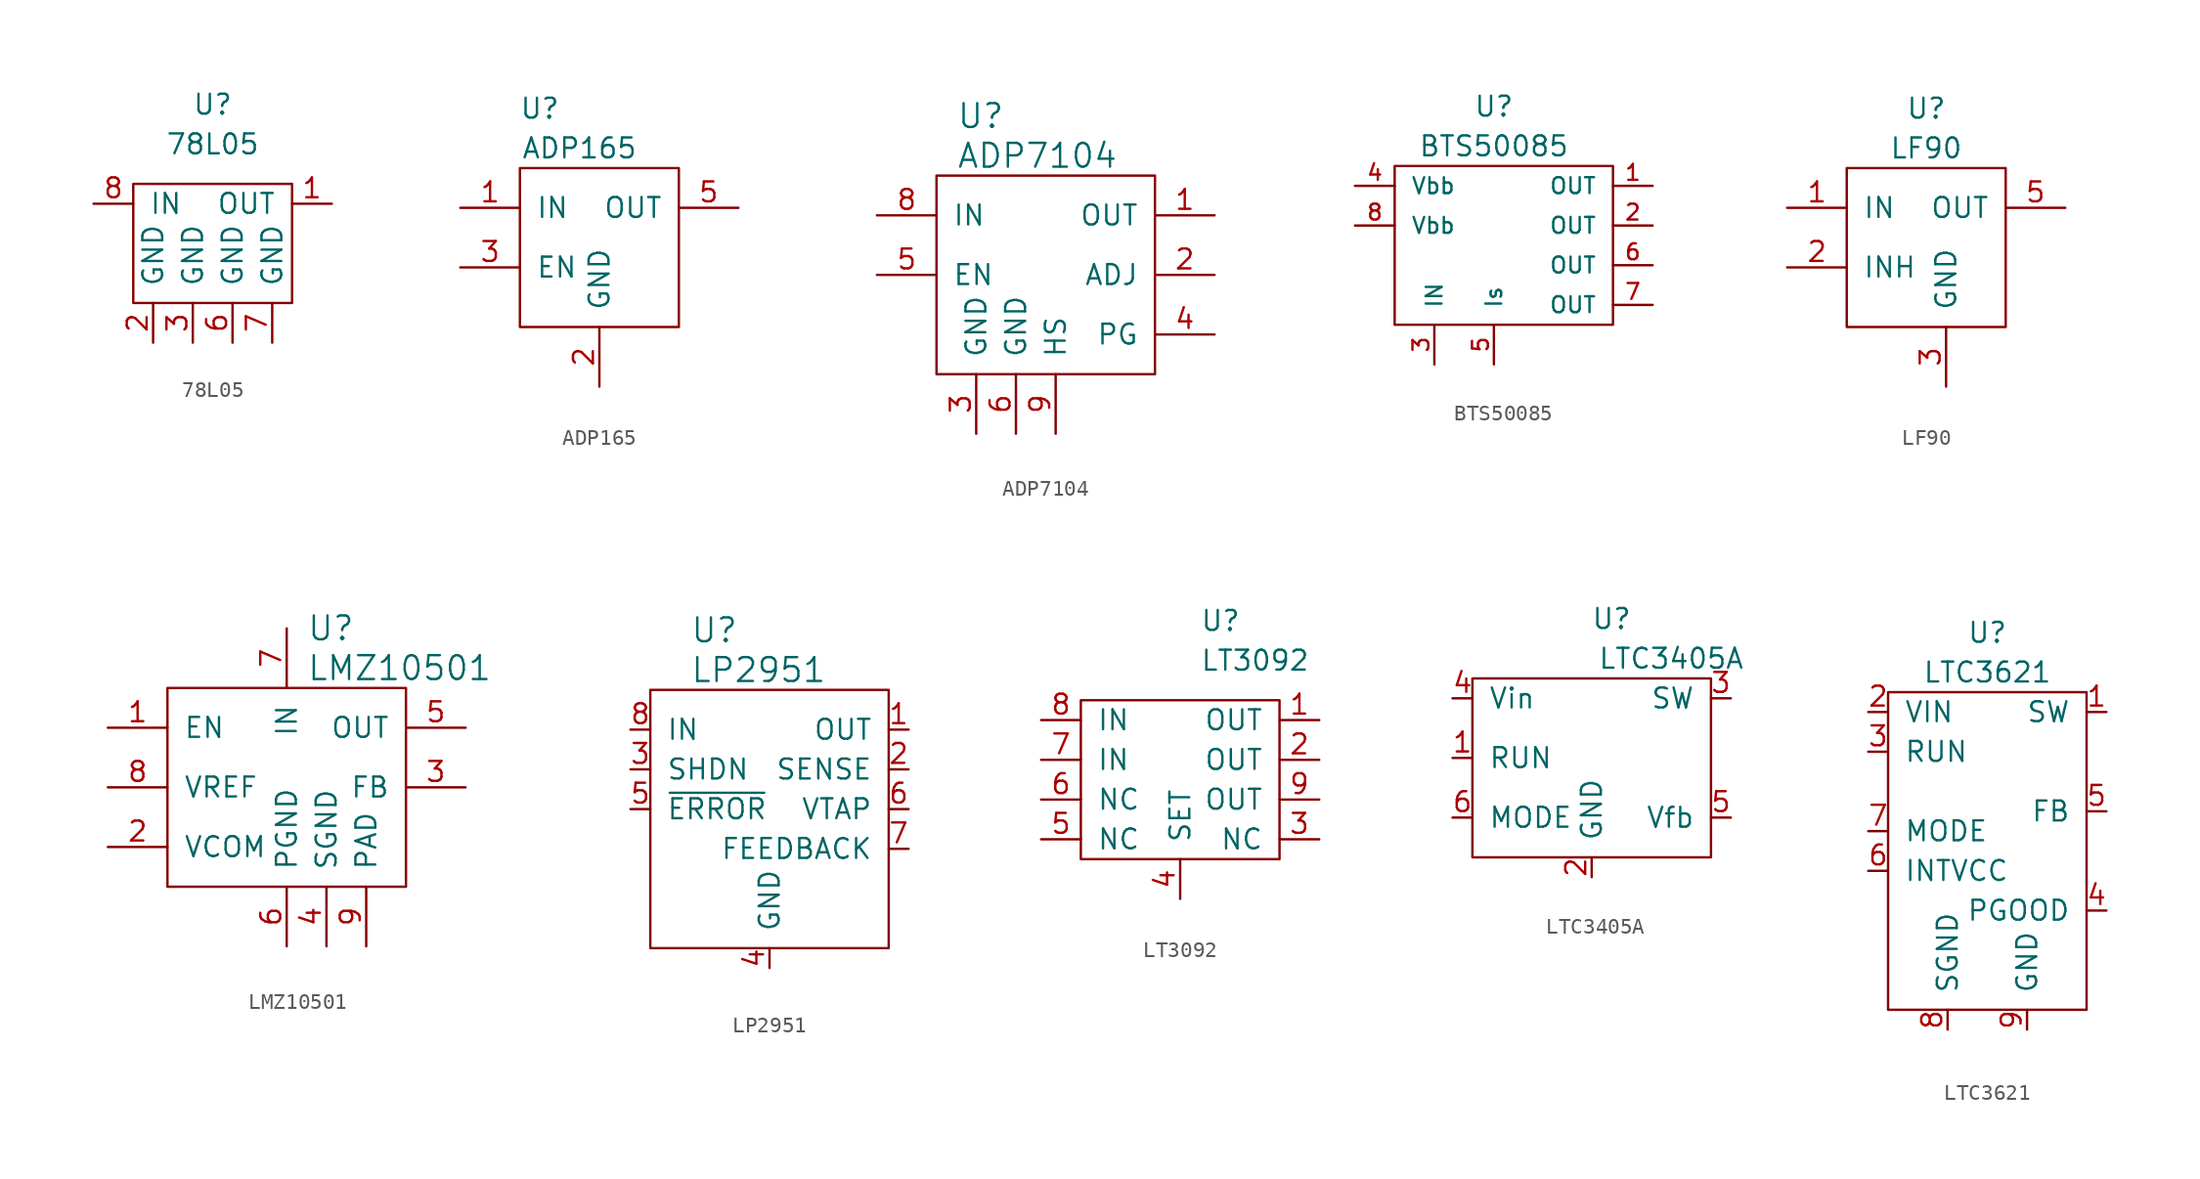
<source format=kicad_sym>
(kicad_symbol_lib
  (version 20211014)
  (generator kicad_symbol_editor)
  (symbol "78L05"
    (pin_names
      (offset 1.016))
    (property "Reference" "U"
      (at 0 6.35 0)
      (effects (font (size 1.27 1.27))))
    (property "Value" "78L05"
      (at 0 3.81 0)
      (effects (font (size 1.27 1.27))))
    (symbol "78L05_0_1"
      (rectangle (start -5.08 1.27) (end 5.08 -6.35) (stroke (width 0) (type default) (color 0 0 0 0)) (fill (type none))))
    (symbol "78L05_1_1"
      (pin power_out line (at 7.62 0 180) (length 2.54) (name "OUT" (effects (font (size 1.27 1.27)))) (number "1" (effects (font (size 1.27 1.27)))))
      (pin power_in line (at -3.81 -8.89 90) (length 2.54) (name "GND" (effects (font (size 1.27 1.27)))) (number "2" (effects (font (size 1.27 1.27)))))
      (pin power_in line (at -1.27 -8.89 90) (length 2.54) (name "GND" (effects (font (size 1.27 1.27)))) (number "3" (effects (font (size 1.27 1.27)))))
      (pin power_in line (at 1.27 -8.89 90) (length 2.54) (name "GND" (effects (font (size 1.27 1.27)))) (number "6" (effects (font (size 1.27 1.27)))))
      (pin power_in line (at 3.81 -8.89 90) (length 2.54) (name "GND" (effects (font (size 1.27 1.27)))) (number "7" (effects (font (size 1.27 1.27)))))
      (pin power_in line (at -7.62 0 0) (length 2.54) (name "IN" (effects (font (size 1.27 1.27)))) (number "8" (effects (font (size 1.27 1.27)))))))
  (symbol "ADP165"
    (pin_names
      (offset 1.016))
    (property "Reference" "U"
      (at -3.81 7.62 0)
      (effects (font (size 1.27 1.27))))
    (property "Value" "ADP165"
      (at -1.27 5.08 0)
      (effects (font (size 1.27 1.27))))
    (symbol "ADP165_1_1"
      (rectangle (start -5.08 3.81) (end 5.08 -6.35) (stroke (width 0) (type default) (color 0 0 0 0)) (fill (type none)))
      (pin power_in line (at -8.89 1.27 0) (length 3.81) (name "IN" (effects (font (size 1.27 1.27)))) (number "1" (effects (font (size 1.27 1.27)))))
      (pin power_in line (at 0 -10.16 90) (length 3.81) (name "GND" (effects (font (size 1.27 1.27)))) (number "2" (effects (font (size 1.27 1.27)))))
      (pin input line (at -8.89 -2.54 0) (length 3.81) (name "EN" (effects (font (size 1.27 1.27)))) (number "3" (effects (font (size 1.27 1.27)))))
      (pin power_out line (at 8.89 1.27 180) (length 3.81) (name "OUT" (effects (font (size 1.27 1.27)))) (number "5" (effects (font (size 1.27 1.27)))))))
  (symbol "ADP7104"
    (pin_names
      (offset 1.016))
    (property "Reference" "U"
      (at -5.08 7.62 0)
      (effects (font (size 1.524 1.524)) (justify left)))
    (property "Value" "ADP7104"
      (at -5.08 5.08 0)
      (effects (font (size 1.524 1.524)) (justify left)))
    (symbol "ADP7104_0_1"
      (rectangle (start -6.35 3.81) (end 7.62 -8.89) (stroke (width 0) (type default) (color 0 0 0 0)) (fill (type none))))
    (symbol "ADP7104_1_1"
      (pin power_out line (at 11.43 1.27 180) (length 3.81) (name "OUT" (effects (font (size 1.27 1.27)))) (number "1" (effects (font (size 1.27 1.27)))))
      (pin input line (at 11.43 -2.54 180) (length 3.81) (name "ADJ" (effects (font (size 1.27 1.27)))) (number "2" (effects (font (size 1.27 1.27)))))
      (pin power_in line (at -3.81 -12.7 90) (length 3.81) (name "GND" (effects (font (size 1.27 1.27)))) (number "3" (effects (font (size 1.27 1.27)))))
      (pin open_collector line (at 11.43 -6.35 180) (length 3.81) (name "PG" (effects (font (size 1.27 1.27)))) (number "4" (effects (font (size 1.27 1.27)))))
      (pin input line (at -10.16 -2.54 0) (length 3.81) (name "EN" (effects (font (size 1.27 1.27)))) (number "5" (effects (font (size 1.27 1.27)))))
      (pin power_in line (at -1.27 -12.7 90) (length 3.81) (name "GND" (effects (font (size 1.27 1.27)))) (number "6" (effects (font (size 1.27 1.27)))))
      (pin power_in line (at -10.16 1.27 0) (length 3.81) (name "IN" (effects (font (size 1.27 1.27)))) (number "8" (effects (font (size 1.27 1.27)))))
      (pin power_in line (at 1.27 -12.7 90) (length 3.81) (name "HS" (effects (font (size 1.27 1.27)))) (number "9" (effects (font (size 1.27 1.27)))))))
  (symbol "BTS50085"
    (pin_names
      (offset 1.016))
    (property "Reference" "U"
      (at 0 8.89 0)
      (effects (font (size 1.27 1.27))))
    (property "Value" "BTS50085"
      (at 0 6.35 0)
      (effects (font (size 1.27 1.27))))
    (symbol "BTS50085_0_1"
      (rectangle (start -6.35 5.08) (end 7.62 -5.08) (stroke (width 0) (type default) (color 0 0 0 0)) (fill (type none))))
    (symbol "BTS50085_1_1"
      (pin power_out line (at 10.16 3.81 180) (length 2.54) (name "OUT" (effects (font (size 1.016 1.016)))) (number "1" (effects (font (size 1.016 1.016)))))
      (pin power_out line (at 10.16 1.27 180) (length 2.54) (name "OUT" (effects (font (size 1.016 1.016)))) (number "2" (effects (font (size 1.016 1.016)))))
      (pin input line (at -3.81 -7.62 90) (length 2.54) (name "IN" (effects (font (size 1.016 1.016)))) (number "3" (effects (font (size 1.016 1.016)))))
      (pin power_in line (at -8.89 3.81 0) (length 2.54) (name "Vbb" (effects (font (size 1.016 1.016)))) (number "4" (effects (font (size 1.016 1.016)))))
      (pin output line (at 0 -7.62 90) (length 2.54) (name "Is" (effects (font (size 1.016 1.016)))) (number "5" (effects (font (size 1.016 1.016)))))
      (pin power_out line (at 10.16 -1.27 180) (length 2.54) (name "OUT" (effects (font (size 1.016 1.016)))) (number "6" (effects (font (size 1.016 1.016)))))
      (pin power_out line (at 10.16 -3.81 180) (length 2.54) (name "OUT" (effects (font (size 1.016 1.016)))) (number "7" (effects (font (size 1.016 1.016)))))
      (pin power_in line (at -8.89 1.27 0) (length 2.54) (name "Vbb" (effects (font (size 1.016 1.016)))) (number "8" (effects (font (size 1.016 1.016)))))))
  (symbol "LF90"
    (pin_names
      (offset 1.016))
    (property "Reference" "U"
      (at 0 8.89 0)
      (effects (font (size 1.27 1.27))))
    (property "Value" "LF90"
      (at 0 6.35 0)
      (effects (font (size 1.27 1.27))))
    (symbol "LF90_1_1"
      (rectangle (start -5.08 5.08) (end 5.08 -5.08) (stroke (width 0) (type default) (color 0 0 0 0)) (fill (type none)))
      (pin power_in line (at -8.89 2.54 0) (length 3.81) (name "IN" (effects (font (size 1.27 1.27)))) (number "1" (effects (font (size 1.27 1.27)))))
      (pin input line (at -8.89 -1.27 0) (length 3.81) (name "INH" (effects (font (size 1.27 1.27)))) (number "2" (effects (font (size 1.27 1.27)))))
      (pin power_in line (at 1.27 -8.89 90) (length 3.81) (name "GND" (effects (font (size 1.27 1.27)))) (number "3" (effects (font (size 1.27 1.27)))))
      (pin power_out line (at 8.89 2.54 180) (length 3.81) (name "OUT" (effects (font (size 1.27 1.27)))) (number "5" (effects (font (size 1.27 1.27)))))))
  (symbol "LMZ10501"
    (pin_names
      (offset 1.016))
    (property "Reference" "U"
      (at 1.27 7.62 0)
      (effects (font (size 1.524 1.524)) (justify left)))
    (property "Value" "LMZ10501"
      (at 1.27 5.08 0)
      (effects (font (size 1.524 1.524)) (justify left)))
    (symbol "LMZ10501_0_1"
      (rectangle (start -7.62 3.81) (end 7.62 -8.89) (stroke (width 0) (type default) (color 0 0 0 0)) (fill (type none))))
    (symbol "LMZ10501_1_1"
      (pin input line (at -11.43 1.27 0) (length 3.81) (name "EN" (effects (font (size 1.27 1.27)))) (number "1" (effects (font (size 1.27 1.27)))))
      (pin input line (at -11.43 -6.35 0) (length 3.81) (name "VCOM" (effects (font (size 1.27 1.27)))) (number "2" (effects (font (size 1.27 1.27)))))
      (pin input line (at 11.43 -2.54 180) (length 3.81) (name "FB" (effects (font (size 1.27 1.27)))) (number "3" (effects (font (size 1.27 1.27)))))
      (pin power_in line (at 2.54 -12.7 90) (length 3.81) (name "SGND" (effects (font (size 1.27 1.27)))) (number "4" (effects (font (size 1.27 1.27)))))
      (pin power_out line (at 11.43 1.27 180) (length 3.81) (name "OUT" (effects (font (size 1.27 1.27)))) (number "5" (effects (font (size 1.27 1.27)))))
      (pin power_in line (at 0 -12.7 90) (length 3.81) (name "PGND" (effects (font (size 1.27 1.27)))) (number "6" (effects (font (size 1.27 1.27)))))
      (pin power_in line (at 0 7.62 270) (length 3.81) (name "IN" (effects (font (size 1.27 1.27)))) (number "7" (effects (font (size 1.27 1.27)))))
      (pin output line (at -11.43 -2.54 0) (length 3.81) (name "VREF" (effects (font (size 1.27 1.27)))) (number "8" (effects (font (size 1.27 1.27)))))
      (pin power_in line (at 5.08 -12.7 90) (length 3.81) (name "PAD" (effects (font (size 1.27 1.27)))) (number "9" (effects (font (size 1.27 1.27)))))))
  (symbol "LP2951"
    (pin_names
      (offset 1.016))
    (property "Reference" "U"
      (at -5.08 7.62 0)
      (effects (font (size 1.524 1.524)) (justify left)))
    (property "Value" "LP2951"
      (at -5.08 5.08 0)
      (effects (font (size 1.524 1.524)) (justify left)))
    (symbol "LP2951_0_1"
      (rectangle (start -7.62 3.81) (end 7.62 -12.7) (stroke (width 0) (type default) (color 0 0 0 0)) (fill (type none))))
    (symbol "LP2951_1_1"
      (pin power_out line (at 8.89 1.27 180) (length 1.27) (name "OUT" (effects (font (size 1.27 1.27)))) (number "1" (effects (font (size 1.27 1.27)))))
      (pin input line (at 8.89 -1.27 180) (length 1.27) (name "SENSE" (effects (font (size 1.27 1.27)))) (number "2" (effects (font (size 1.27 1.27)))))
      (pin input line (at -8.89 -1.27 0) (length 1.27) (name "SHDN" (effects (font (size 1.27 1.27)))) (number "3" (effects (font (size 1.27 1.27)))))
      (pin power_in line (at 0 -13.97 90) (length 1.27) (name "GND" (effects (font (size 1.27 1.27)))) (number "4" (effects (font (size 1.27 1.27)))))
      (pin output line (at -8.89 -3.81 0) (length 1.27) (name "~{ERROR}" (effects (font (size 1.27 1.27)))) (number "5" (effects (font (size 1.27 1.27)))))
      (pin input line (at 8.89 -3.81 180) (length 1.27) (name "VTAP" (effects (font (size 1.27 1.27)))) (number "6" (effects (font (size 1.27 1.27)))))
      (pin input line (at 8.89 -6.35 180) (length 1.27) (name "FEEDBACK" (effects (font (size 1.27 1.27)))) (number "7" (effects (font (size 1.27 1.27)))))
      (pin power_in line (at -8.89 1.27 0) (length 1.27) (name "IN" (effects (font (size 1.27 1.27)))) (number "8" (effects (font (size 1.27 1.27)))))))
  (symbol "LT3092"
    (pin_names
      (offset 1.016))
    (property "Reference" "U"
      (at 1.27 10.16 0)
      (effects (font (size 1.27 1.27)) (justify left)))
    (property "Value" "LT3092"
      (at 1.27 7.62 0)
      (effects (font (size 1.27 1.27)) (justify left)))
    (symbol "LT3092_0_1"
      (rectangle (start -6.35 5.08) (end 6.35 -5.08) (stroke (width 0) (type default) (color 0 0 0 0)) (fill (type none))))
    (symbol "LT3092_1_1"
      (pin output line (at 8.89 3.81 180) (length 2.54) (name "OUT" (effects (font (size 1.27 1.27)))) (number "1" (effects (font (size 1.27 1.27)))))
      (pin output line (at 8.89 1.27 180) (length 2.54) (name "OUT" (effects (font (size 1.27 1.27)))) (number "2" (effects (font (size 1.27 1.27)))))
      (pin output line (at 8.89 -3.81 180) (length 2.54) (name "NC" (effects (font (size 1.27 1.27)))) (number "3" (effects (font (size 1.27 1.27)))))
      (pin output line (at 0 -7.62 90) (length 2.54) (name "SET" (effects (font (size 1.27 1.27)))) (number "4" (effects (font (size 1.27 1.27)))))
      (pin input line (at -8.89 -3.81 0) (length 2.54) (name "NC" (effects (font (size 1.27 1.27)))) (number "5" (effects (font (size 1.27 1.27)))))
      (pin input line (at -8.89 -1.27 0) (length 2.54) (name "NC" (effects (font (size 1.27 1.27)))) (number "6" (effects (font (size 1.27 1.27)))))
      (pin input line (at -8.89 1.27 0) (length 2.54) (name "IN" (effects (font (size 1.27 1.27)))) (number "7" (effects (font (size 1.27 1.27)))))
      (pin input line (at -8.89 3.81 0) (length 2.54) (name "IN" (effects (font (size 1.27 1.27)))) (number "8" (effects (font (size 1.27 1.27)))))
      (pin output line (at 8.89 -1.27 180) (length 2.54) (name "OUT" (effects (font (size 1.27 1.27)))) (number "9" (effects (font (size 1.27 1.27)))))))
  (symbol "LTC3405A"
    (pin_names
      (offset 1.016))
    (property "Reference" "U"
      (at 1.27 8.89 0)
      (effects (font (size 1.27 1.27))))
    (property "Value" "LTC3405A"
      (at 5.08 6.35 0)
      (effects (font (size 1.27 1.27))))
    (symbol "LTC3405A_0_1"
      (rectangle (start 7.62 5.08) (end -7.62 -6.35) (stroke (width 0) (type default) (color 0 0 0 0)) (fill (type none))))
    (symbol "LTC3405A_1_1"
      (pin input line (at -8.89 0 0) (length 1.27) (name "RUN" (effects (font (size 1.27 1.27)))) (number "1" (effects (font (size 1.27 1.27)))))
      (pin power_in line (at 0 -7.62 90) (length 1.27) (name "GND" (effects (font (size 1.27 1.27)))) (number "2" (effects (font (size 1.27 1.27)))))
      (pin power_out line (at 8.89 3.81 180) (length 1.27) (name "SW" (effects (font (size 1.27 1.27)))) (number "3" (effects (font (size 1.27 1.27)))))
      (pin power_in line (at -8.89 3.81 0) (length 1.27) (name "Vin" (effects (font (size 1.27 1.27)))) (number "4" (effects (font (size 1.27 1.27)))))
      (pin input line (at 8.89 -3.81 180) (length 1.27) (name "Vfb" (effects (font (size 1.27 1.27)))) (number "5" (effects (font (size 1.27 1.27)))))
      (pin input line (at -8.89 -3.81 0) (length 1.27) (name "MODE" (effects (font (size 1.27 1.27)))) (number "6" (effects (font (size 1.27 1.27)))))))
  (symbol "LTC3621"
    (pin_names
      (offset 1.016))
    (property "Reference" "U"
      (at 0 12.7 0)
      (effects (font (size 1.27 1.27))))
    (property "Value" "LTC3621"
      (at 0 10.16 0)
      (effects (font (size 1.27 1.27))))
    (symbol "LTC3621_0_1"
      (rectangle (start -6.35 8.89) (end 6.35 -11.43) (stroke (width 0) (type default) (color 0 0 0 0)) (fill (type none))))
    (symbol "LTC3621_1_1"
      (pin output line (at 7.62 7.62 180) (length 1.27) (name "SW" (effects (font (size 1.27 1.27)))) (number "1" (effects (font (size 1.27 1.27)))))
      (pin power_in line (at -7.62 7.62 0) (length 1.27) (name "VIN" (effects (font (size 1.27 1.27)))) (number "2" (effects (font (size 1.27 1.27)))))
      (pin input line (at -7.62 5.08 0) (length 1.27) (name "RUN" (effects (font (size 1.27 1.27)))) (number "3" (effects (font (size 1.27 1.27)))))
      (pin input line (at 7.62 -5.08 180) (length 1.27) (name "PGOOD" (effects (font (size 1.27 1.27)))) (number "4" (effects (font (size 1.27 1.27)))))
      (pin input line (at 7.62 1.27 180) (length 1.27) (name "FB" (effects (font (size 1.27 1.27)))) (number "5" (effects (font (size 1.27 1.27)))))
      (pin output line (at -7.62 -2.54 0) (length 1.27) (name "INTVCC" (effects (font (size 1.27 1.27)))) (number "6" (effects (font (size 1.27 1.27)))))
      (pin input line (at -7.62 0 0) (length 1.27) (name "MODE" (effects (font (size 1.27 1.27)))) (number "7" (effects (font (size 1.27 1.27)))))
      (pin power_in line (at -2.54 -12.7 90) (length 1.27) (name "SGND" (effects (font (size 1.27 1.27)))) (number "8" (effects (font (size 1.27 1.27)))))
      (pin power_in line (at 2.54 -12.7 90) (length 1.27) (name "GND" (effects (font (size 1.27 1.27)))) (number "9" (effects (font (size 1.27 1.27))))))))
</source>
